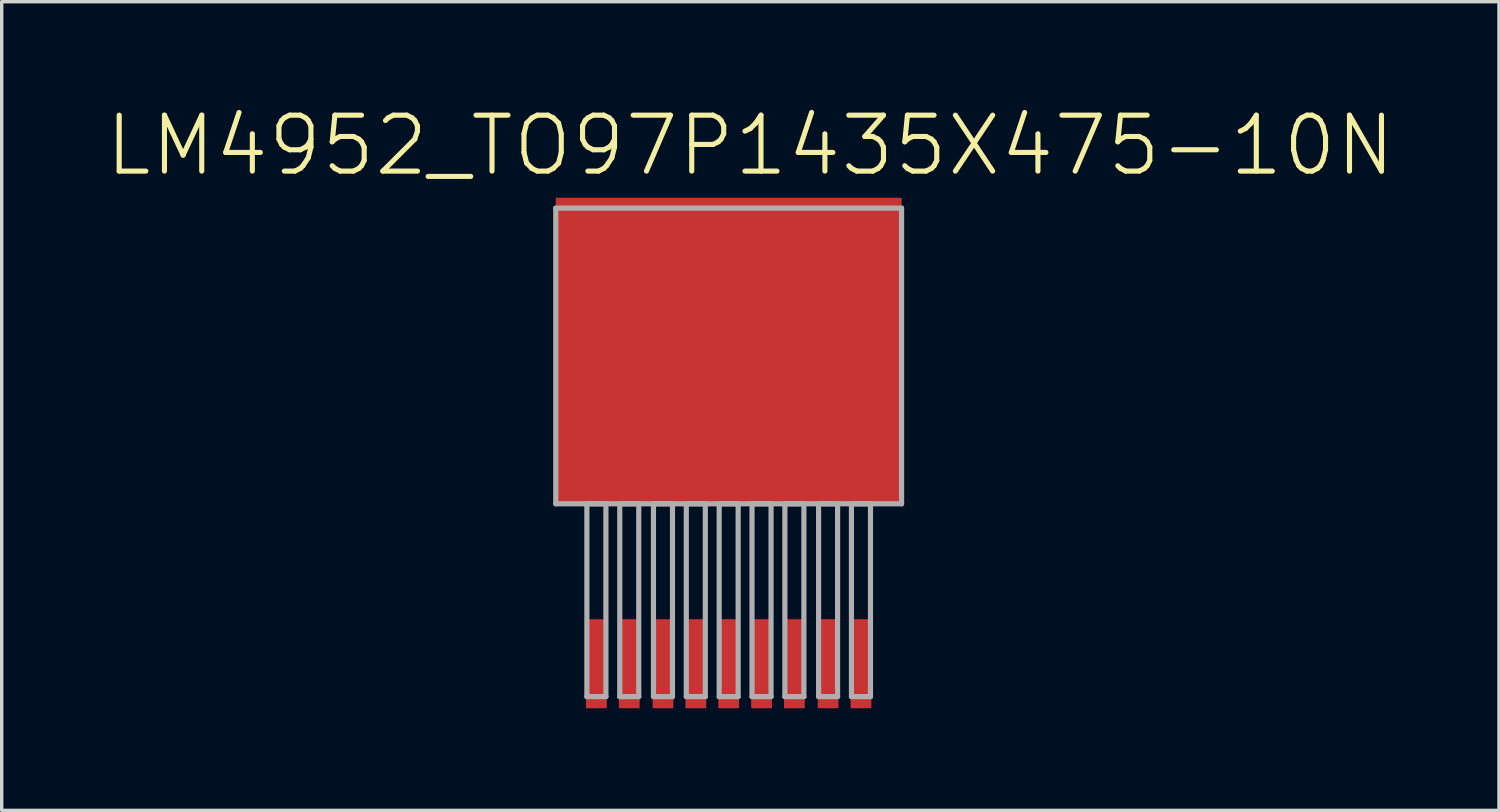
<source format=kicad_pcb>
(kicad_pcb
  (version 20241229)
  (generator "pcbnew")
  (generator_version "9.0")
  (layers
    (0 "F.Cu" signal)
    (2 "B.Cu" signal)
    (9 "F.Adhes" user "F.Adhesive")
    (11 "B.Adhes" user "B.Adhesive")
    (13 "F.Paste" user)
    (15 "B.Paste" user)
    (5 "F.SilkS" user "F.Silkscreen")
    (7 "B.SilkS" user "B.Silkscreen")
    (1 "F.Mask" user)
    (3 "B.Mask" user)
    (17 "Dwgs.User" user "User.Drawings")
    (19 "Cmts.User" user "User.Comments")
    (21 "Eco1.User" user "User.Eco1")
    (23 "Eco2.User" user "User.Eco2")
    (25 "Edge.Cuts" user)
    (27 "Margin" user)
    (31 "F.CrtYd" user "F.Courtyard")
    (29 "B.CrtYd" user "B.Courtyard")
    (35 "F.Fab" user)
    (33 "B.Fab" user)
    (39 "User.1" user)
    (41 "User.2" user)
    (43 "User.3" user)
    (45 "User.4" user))
  (footprint "LM4952_TO97P1435X475-10N"
    (layer "F.Cu")
    (at 18.358 7.408)
    (property "Reference" "LM4952_TO97P1435X475-10N" (at 0.636 -6.184 0) (layer "F.SilkS") (effects (font (size 1.643 1.643) (thickness 0.15))))
    (attr through_hole)
    (fp_line (start -5.08 -4.343) (end -5.08 4.343) (stroke (width 0.152) (type solid)) (layer "F.Fab"))
    (fp_line (start -5.08 4.343) (end 5.08 4.343) (stroke (width 0.152) (type solid)) (layer "F.Fab"))
    (fp_line (start -4.166 4.343) (end -4.166 10.008) (stroke (width 0.152) (type solid)) (layer "F.Fab"))
    (fp_line (start -4.166 10.008) (end -3.607 10.008) (stroke (width 0.152) (type solid)) (layer "F.Fab"))
    (fp_line (start -3.607 4.343) (end -4.166 4.343) (stroke (width 0.152) (type solid)) (layer "F.Fab"))
    (fp_line (start -3.607 10.008) (end -3.607 4.343) (stroke (width 0.152) (type solid)) (layer "F.Fab"))
    (fp_line (start -3.2 4.343) (end -3.2 10.008) (stroke (width 0.152) (type solid)) (layer "F.Fab"))
    (fp_line (start -3.2 10.008) (end -2.642 10.008) (stroke (width 0.152) (type solid)) (layer "F.Fab"))
    (fp_line (start -2.642 4.343) (end -3.2 4.343) (stroke (width 0.152) (type solid)) (layer "F.Fab"))
    (fp_line (start -2.642 10.008) (end -2.642 4.343) (stroke (width 0.152) (type solid)) (layer "F.Fab"))
    (fp_line (start -2.21 4.343) (end -2.21 10.008) (stroke (width 0.152) (type solid)) (layer "F.Fab"))
    (fp_line (start -2.21 10.008) (end -1.651 10.008) (stroke (width 0.152) (type solid)) (layer "F.Fab"))
    (fp_line (start -1.651 4.343) (end -2.21 4.343) (stroke (width 0.152) (type solid)) (layer "F.Fab"))
    (fp_line (start -1.651 10.008) (end -1.651 4.343) (stroke (width 0.152) (type solid)) (layer "F.Fab"))
    (fp_line (start -1.245 4.343) (end -1.245 10.008) (stroke (width 0.152) (type solid)) (layer "F.Fab"))
    (fp_line (start -1.245 10.008) (end -0.686 10.008) (stroke (width 0.152) (type solid)) (layer "F.Fab"))
    (fp_line (start -0.686 4.343) (end -1.245 4.343) (stroke (width 0.152) (type solid)) (layer "F.Fab"))
    (fp_line (start -0.686 10.008) (end -0.686 4.343) (stroke (width 0.152) (type solid)) (layer "F.Fab"))
    (fp_line (start -0.279 4.343) (end -0.279 10.008) (stroke (width 0.152) (type solid)) (layer "F.Fab"))
    (fp_line (start -0.279 10.008) (end 0.279 10.008) (stroke (width 0.152) (type solid)) (layer "F.Fab"))
    (fp_line (start 0.279 4.343) (end -0.279 4.343) (stroke (width 0.152) (type solid)) (layer "F.Fab"))
    (fp_line (start 0.279 10.008) (end 0.279 4.343) (stroke (width 0.152) (type solid)) (layer "F.Fab"))
    (fp_line (start 0.686 4.343) (end 0.686 10.008) (stroke (width 0.152) (type solid)) (layer "F.Fab"))
    (fp_line (start 0.686 10.008) (end 1.245 10.008) (stroke (width 0.152) (type solid)) (layer "F.Fab"))
    (fp_line (start 1.245 4.343) (end 0.686 4.343) (stroke (width 0.152) (type solid)) (layer "F.Fab"))
    (fp_line (start 1.245 10.008) (end 1.245 4.343) (stroke (width 0.152) (type solid)) (layer "F.Fab"))
    (fp_line (start 1.651 4.343) (end 1.651 10.008) (stroke (width 0.152) (type solid)) (layer "F.Fab"))
    (fp_line (start 1.651 10.008) (end 2.21 10.008) (stroke (width 0.152) (type solid)) (layer "F.Fab"))
    (fp_line (start 2.21 4.343) (end 1.651 4.343) (stroke (width 0.152) (type solid)) (layer "F.Fab"))
    (fp_line (start 2.21 10.008) (end 2.21 4.343) (stroke (width 0.152) (type solid)) (layer "F.Fab"))
    (fp_line (start 2.642 4.343) (end 2.642 10.008) (stroke (width 0.152) (type solid)) (layer "F.Fab"))
    (fp_line (start 2.642 10.008) (end 3.2 10.008) (stroke (width 0.152) (type solid)) (layer "F.Fab"))
    (fp_line (start 3.2 4.343) (end 2.642 4.343) (stroke (width 0.152) (type solid)) (layer "F.Fab"))
    (fp_line (start 3.2 10.008) (end 3.2 4.343) (stroke (width 0.152) (type solid)) (layer "F.Fab"))
    (fp_line (start 3.607 4.343) (end 3.607 10.008) (stroke (width 0.152) (type solid)) (layer "F.Fab"))
    (fp_line (start 3.607 10.008) (end 4.166 10.008) (stroke (width 0.152) (type solid)) (layer "F.Fab"))
    (fp_line (start 4.166 4.343) (end 3.607 4.343) (stroke (width 0.152) (type solid)) (layer "F.Fab"))
    (fp_line (start 4.166 10.008) (end 4.166 4.343) (stroke (width 0.152) (type solid)) (layer "F.Fab"))
    (fp_line (start 5.08 -4.343) (end -5.08 -4.343) (stroke (width 0.152) (type solid)) (layer "F.Fab"))
    (fp_line (start 5.08 4.343) (end 5.08 -4.343) (stroke (width 0.152) (type solid)) (layer "F.Fab"))
    (pad "1" smd rect (at -3.886 9.042) (size 0.61 2.616) (layers "F.Cu" "F.Mask" "F.Paste"))
    (pad "2" smd rect (at -2.921 9.042) (size 0.61 2.616) (layers "F.Cu" "F.Mask" "F.Paste"))
    (pad "3" smd rect (at -1.93 9.042) (size 0.61 2.616) (layers "F.Cu" "F.Mask" "F.Paste"))
    (pad "4" smd rect (at -0.965 9.042) (size 0.61 2.616) (layers "F.Cu" "F.Mask" "F.Paste"))
    (pad "5" smd rect (at 0 9.042) (size 0.61 2.616) (layers "F.Cu" "F.Mask" "F.Paste"))
    (pad "6" smd rect (at 0.965 9.042) (size 0.61 2.616) (layers "F.Cu" "F.Mask" "F.Paste"))
    (pad "7" smd rect (at 1.93 9.042) (size 0.61 2.616) (layers "F.Cu" "F.Mask" "F.Paste"))
    (pad "8" smd rect (at 2.921 9.042) (size 0.61 2.616) (layers "F.Cu" "F.Mask" "F.Paste"))
    (pad "9" smd rect (at 3.886 9.042) (size 0.61 2.616) (layers "F.Cu" "F.Mask" "F.Paste"))
    (pad "10" smd rect (at 0 -0.152) (size 10.16 8.992) (layers "F.Cu" "F.Mask" "F.Paste")))
  (gr_rect
    (start -3 -3)
    (end 40.989 20.758)
    (stroke (width 0.1) (type default))
    (fill no)
    (layer "Edge.Cuts")))
</source>
